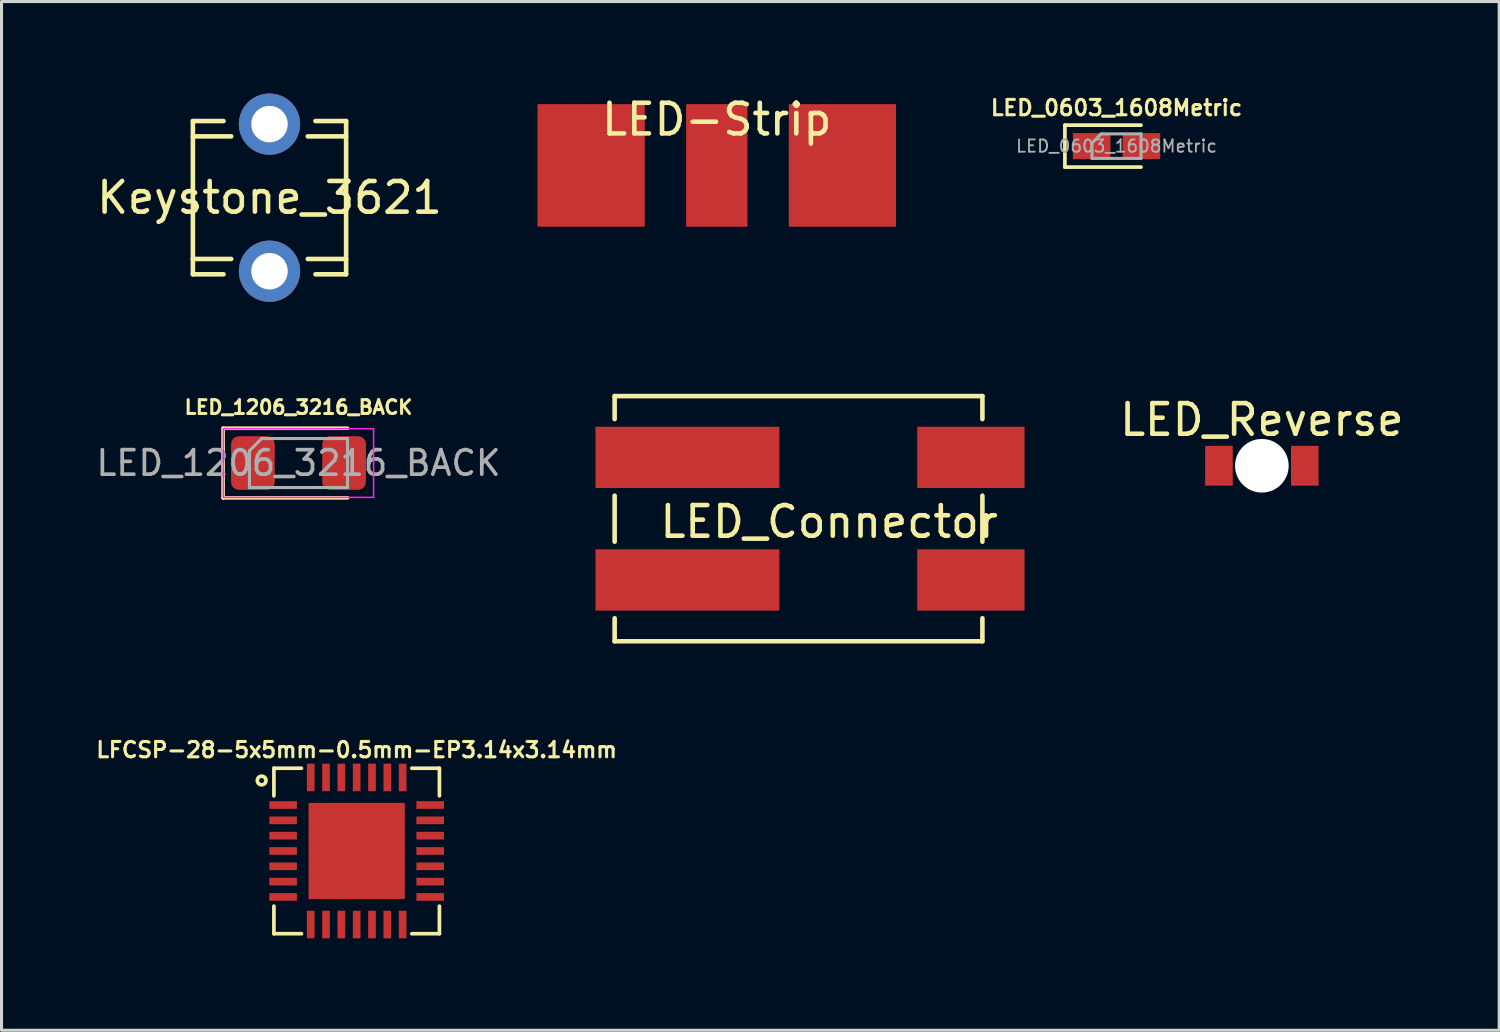
<source format=kicad_pcb>
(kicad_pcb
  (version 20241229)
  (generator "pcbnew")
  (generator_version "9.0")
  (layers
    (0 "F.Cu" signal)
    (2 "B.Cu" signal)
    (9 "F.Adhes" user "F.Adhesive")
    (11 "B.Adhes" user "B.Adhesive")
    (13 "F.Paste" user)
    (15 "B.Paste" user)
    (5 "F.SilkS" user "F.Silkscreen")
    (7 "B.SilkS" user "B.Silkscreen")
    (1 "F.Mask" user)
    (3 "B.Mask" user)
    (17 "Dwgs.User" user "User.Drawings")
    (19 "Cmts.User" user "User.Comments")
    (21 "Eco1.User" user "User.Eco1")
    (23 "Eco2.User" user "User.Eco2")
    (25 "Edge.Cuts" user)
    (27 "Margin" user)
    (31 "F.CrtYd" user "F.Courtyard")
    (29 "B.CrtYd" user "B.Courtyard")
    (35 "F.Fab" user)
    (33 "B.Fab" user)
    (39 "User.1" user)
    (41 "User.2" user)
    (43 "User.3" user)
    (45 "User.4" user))
  (footprint "LED_1206_3216_BACK"
    (layer "F.Cu")
    (at 6.69 12.059)
    (property "Reference" "LED_1206_3216_BACK" (at 0 -1.82 0) (layer "F.SilkS") (effects (font (size 0.45 0.45) (thickness 0.1))))
    (attr smd)
    (fp_poly (pts (xy -0.95 -0.9) (xy 0.95 -0.9) (xy 0.95 0.9) (xy -0.95 0.9)) (stroke (width 0.15) (type solid)) (fill yes) (layer "F.Mask"))
    (fp_line (start -2.46 -1.135) (end -2.46 1.135) (stroke (width 0.12) (type solid)) (layer "F.SilkS"))
    (fp_line (start -2.46 1.135) (end 1.6 1.135) (stroke (width 0.12) (type solid)) (layer "F.SilkS"))
    (fp_line (start 1.6 -1.135) (end -2.46 -1.135) (stroke (width 0.12) (type solid)) (layer "F.SilkS"))
    (fp_line (start -2.45 -1.12) (end 2.45 -1.12) (stroke (width 0.05) (type solid)) (layer "F.CrtYd"))
    (fp_line (start -2.45 1.12) (end -2.45 -1.12) (stroke (width 0.05) (type solid)) (layer "F.CrtYd"))
    (fp_line (start 2.45 -1.12) (end 2.45 1.12) (stroke (width 0.05) (type solid)) (layer "F.CrtYd"))
    (fp_line (start 2.45 1.12) (end -2.45 1.12) (stroke (width 0.05) (type solid)) (layer "F.CrtYd"))
    (fp_line (start -1.6 -0.4) (end -1.6 0.8) (stroke (width 0.1) (type solid)) (layer "F.Fab"))
    (fp_line (start -1.6 0.8) (end 1.6 0.8) (stroke (width 0.1) (type solid)) (layer "F.Fab"))
    (fp_line (start -1.2 -0.8) (end -1.6 -0.4) (stroke (width 0.1) (type solid)) (layer "F.Fab"))
    (fp_line (start 1.6 -0.8) (end -1.2 -0.8) (stroke (width 0.1) (type solid)) (layer "F.Fab"))
    (fp_line (start 1.6 0.8) (end 1.6 -0.8) (stroke (width 0.1) (type solid)) (layer "F.Fab"))
    (fp_text user "${REFERENCE}" (at 0 0 0) (layer "F.Fab") (effects (font (size 0.8 0.8) (thickness 0.12))))
    (pad "1" smd roundrect (at -1.488 0) (size 1.425 1.75) (layers "F.Cu" "F.Mask" "F.Paste") (roundrect_rratio 0.175))
    (pad "2" smd roundrect (at 1.488 0) (size 1.425 1.75) (layers "F.Cu" "F.Mask" "F.Paste") (roundrect_rratio 0.175)))
  (footprint "LED_Connector"
    (layer "F.Cu")
    (at 24.006 13.875)
    (property "Reference" "LED_Connector" (at 0 0.1 0) (layer "F.SilkS") (effects (font (size 1 1) (thickness 0.15))))
    (attr through_hole)
    (fp_line (start -7 -4) (end 5 -4) (stroke (width 0.15) (type solid)) (layer "F.SilkS"))
    (fp_line (start -7 -3.25) (end -7 -4) (stroke (width 0.15) (type solid)) (layer "F.SilkS"))
    (fp_line (start -7 0.75) (end -7 -0.75) (stroke (width 0.15) (type solid)) (layer "F.SilkS"))
    (fp_line (start -7 4) (end -7 3.25) (stroke (width 0.15) (type solid)) (layer "F.SilkS"))
    (fp_line (start 5 -3.25) (end 5 -4) (stroke (width 0.15) (type solid)) (layer "F.SilkS"))
    (fp_line (start 5 0.75) (end 5 -0.75) (stroke (width 0.15) (type solid)) (layer "F.SilkS"))
    (fp_line (start 5 4) (end -7 4) (stroke (width 0.15) (type solid)) (layer "F.SilkS"))
    (fp_line (start 5 4) (end 5 3.25) (stroke (width 0.15) (type solid)) (layer "F.SilkS"))
    (pad "1" smd rect (at -4.625 -2) (size 6 2) (layers "F.Cu" "F.Mask" "F.Paste"))
    (pad "1" smd rect (at 4.625 -2) (size 3.5 2) (layers "F.Cu" "F.Mask" "F.Paste"))
    (pad "2" smd rect (at -4.625 2) (size 6 2) (layers "F.Cu" "F.Mask" "F.Paste"))
    (pad "2" smd rect (at 4.625 2) (size 3.5 2) (layers "F.Cu" "F.Mask" "F.Paste")))
  (footprint "LED_0603_1608Metric"
    (layer "F.Cu")
    (at 33.383 1.718)
    (property "Reference" "LED_0603_1608Metric" (at 0 -1.25 0) (layer "F.SilkS") (effects (font (size 0.5 0.5) (thickness 0.1))))
    (attr smd)
    (fp_line (start -1.685 -0.685) (end -1.685 0.685) (stroke (width 0.12) (type solid)) (layer "F.SilkS"))
    (fp_line (start -1.685 0.685) (end 0.8 0.685) (stroke (width 0.12) (type solid)) (layer "F.SilkS"))
    (fp_line (start 0.8 -0.685) (end -1.685 -0.685) (stroke (width 0.12) (type solid)) (layer "F.SilkS"))
    (fp_line (start -0.8 -0.1) (end -0.8 0.4) (stroke (width 0.1) (type solid)) (layer "F.Fab"))
    (fp_line (start -0.8 0.4) (end 0.8 0.4) (stroke (width 0.1) (type solid)) (layer "F.Fab"))
    (fp_line (start -0.5 -0.4) (end -0.8 -0.1) (stroke (width 0.1) (type solid)) (layer "F.Fab"))
    (fp_line (start 0.8 -0.4) (end -0.5 -0.4) (stroke (width 0.1) (type solid)) (layer "F.Fab"))
    (fp_line (start 0.8 0.4) (end 0.8 -0.4) (stroke (width 0.1) (type solid)) (layer "F.Fab"))
    (fp_text user "${REFERENCE}" (at 0 0 0) (layer "F.Fab") (effects (font (size 0.4 0.4) (thickness 0.06))))
    (pad "1" smd rect (at -0.812 0) (size 1.225 0.85) (layers "F.Cu" "F.Mask" "F.Paste"))
    (pad "2" smd rect (at 0.812 0) (size 1.225 0.85) (layers "F.Cu" "F.Mask" "F.Paste")))
  (footprint "LFCSP-28-5x5mm-0.5mm-EP3.14x3.14mm"
    (layer "F.Cu")
    (at 8.588 24.718)
    (property "Reference" "LFCSP-28-5x5mm-0.5mm-EP3.14x3.14mm" (at 0 -3.3 0) (layer "F.SilkS") (effects (font (size 0.5 0.5) (thickness 0.1))))
    (attr through_hole)
    (fp_line (start -2.7 -2.7) (end -1.8 -2.7) (stroke (width 0.12) (type solid)) (layer "F.SilkS"))
    (fp_line (start -2.7 -1.8) (end -2.7 -2.7) (stroke (width 0.12) (type solid)) (layer "F.SilkS"))
    (fp_line (start -2.7 2.7) (end -2.7 1.8) (stroke (width 0.12) (type solid)) (layer "F.SilkS"))
    (fp_line (start -1.8 2.7) (end -2.7 2.7) (stroke (width 0.12) (type solid)) (layer "F.SilkS"))
    (fp_line (start 1.8 -2.7) (end 2.7 -2.7) (stroke (width 0.12) (type solid)) (layer "F.SilkS"))
    (fp_line (start 2.7 -2.7) (end 2.7 -1.8) (stroke (width 0.12) (type solid)) (layer "F.SilkS"))
    (fp_line (start 2.7 1.8) (end 2.7 2.7) (stroke (width 0.12) (type solid)) (layer "F.SilkS"))
    (fp_line (start 2.7 2.7) (end 1.8 2.7) (stroke (width 0.12) (type solid)) (layer "F.SilkS"))
    (fp_circle (center -3.1 -2.3) (end -3 -2.2) (stroke (width 0.12) (type solid)) (fill no) (layer "F.SilkS"))
    (pad "1" smd rect (at -2.4 -1.5 270) (size 0.25 0.9) (layers "F.Cu" "F.Mask" "F.Paste"))
    (pad "2" smd rect (at -2.4 -1 270) (size 0.25 0.9) (layers "F.Cu" "F.Mask" "F.Paste"))
    (pad "3" smd rect (at -2.4 -0.5 270) (size 0.25 0.9) (layers "F.Cu" "F.Mask" "F.Paste"))
    (pad "4" smd rect (at -2.4 0 270) (size 0.25 0.9) (layers "F.Cu" "F.Mask" "F.Paste"))
    (pad "5" smd rect (at -2.4 0.5 270) (size 0.25 0.9) (layers "F.Cu" "F.Mask" "F.Paste"))
    (pad "6" smd rect (at -2.4 1 270) (size 0.25 0.9) (layers "F.Cu" "F.Mask" "F.Paste"))
    (pad "7" smd rect (at -2.4 1.5 270) (size 0.25 0.9) (layers "F.Cu" "F.Mask" "F.Paste"))
    (pad "8" smd rect (at -1.5 2.4) (size 0.25 0.9) (layers "F.Cu" "F.Mask" "F.Paste"))
    (pad "9" smd rect (at -1 2.4) (size 0.25 0.9) (layers "F.Cu" "F.Mask" "F.Paste"))
    (pad "10" smd rect (at -0.5 2.4) (size 0.25 0.9) (layers "F.Cu" "F.Mask" "F.Paste"))
    (pad "11" smd rect (at 0 2.4) (size 0.25 0.9) (layers "F.Cu" "F.Mask" "F.Paste"))
    (pad "12" smd rect (at 0.5 2.4) (size 0.25 0.9) (layers "F.Cu" "F.Mask" "F.Paste"))
    (pad "13" smd rect (at 1 2.4) (size 0.25 0.9) (layers "F.Cu" "F.Mask" "F.Paste"))
    (pad "14" smd rect (at 1.5 2.4) (size 0.25 0.9) (layers "F.Cu" "F.Mask" "F.Paste"))
    (pad "15" smd rect (at 2.4 1.5 270) (size 0.25 0.9) (layers "F.Cu" "F.Mask" "F.Paste"))
    (pad "16" smd rect (at 2.4 1 270) (size 0.25 0.9) (layers "F.Cu" "F.Mask" "F.Paste"))
    (pad "17" smd rect (at 2.4 0.5 270) (size 0.25 0.9) (layers "F.Cu" "F.Mask" "F.Paste"))
    (pad "18" smd rect (at 2.4 0 270) (size 0.25 0.9) (layers "F.Cu" "F.Mask" "F.Paste"))
    (pad "19" smd rect (at 2.4 -0.5 270) (size 0.25 0.9) (layers "F.Cu" "F.Mask" "F.Paste"))
    (pad "20" smd rect (at 2.4 -1 270) (size 0.25 0.9) (layers "F.Cu" "F.Mask" "F.Paste"))
    (pad "21" smd rect (at 2.4 -1.5 270) (size 0.25 0.9) (layers "F.Cu" "F.Mask" "F.Paste"))
    (pad "22" smd rect (at 1.5 -2.4) (size 0.25 0.9) (layers "F.Cu" "F.Mask" "F.Paste"))
    (pad "23" smd rect (at 1 -2.4) (size 0.25 0.9) (layers "F.Cu" "F.Mask" "F.Paste"))
    (pad "24" smd rect (at 0.5 -2.4) (size 0.25 0.9) (layers "F.Cu" "F.Mask" "F.Paste"))
    (pad "25" smd rect (at 0 -2.4) (size 0.25 0.9) (layers "F.Cu" "F.Mask" "F.Paste"))
    (pad "26" smd rect (at -0.5 -2.4) (size 0.25 0.9) (layers "F.Cu" "F.Mask" "F.Paste"))
    (pad "27" smd rect (at -1 -2.4) (size 0.25 0.9) (layers "F.Cu" "F.Mask" "F.Paste"))
    (pad "28" smd rect (at -1.5 -2.4) (size 0.25 0.9) (layers "F.Cu" "F.Mask" "F.Paste"))
    (pad "EP" smd rect (at 0 0) (size 3.14 3.14) (layers "F.Cu" "F.Mask" "F.Paste")))
  (footprint "LED_Reverse"
    (layer "F.Cu")
    (at 38.125 12.148)
    (property "Reference" "LED_Reverse" (at 0 -1.5 0) (layer "F.SilkS") (effects (font (size 1 1) (thickness 0.15))))
    (attr through_hole)
    (pad "" np_thru_hole circle (at 0 0) (size 1.75 1.75) (drill 1.75) (layers "*.Cu" "*.Mask"))
    (pad "1" smd rect (at 1.4 0) (size 0.9 1.3) (layers "F.Cu" "F.Mask" "F.Paste"))
    (pad "2" smd rect (at -1.4 0) (size 0.9 1.3) (layers "F.Cu" "F.Mask" "F.Paste")))
  (footprint "Keystone_3621"
    (layer "F.Cu")
    (at 5.744 3.4)
    (property "Reference" "Keystone_3621" (at 0 0 0) (layer "F.SilkS") (effects (font (size 1 1) (thickness 0.15))))
    (attr through_hole)
    (fp_line (start -2.5 -2.5) (end -2.5 2.5) (stroke (width 0.15) (type solid)) (layer "F.SilkS"))
    (fp_line (start -2.5 -2) (end -1.25 -2) (stroke (width 0.15) (type solid)) (layer "F.SilkS"))
    (fp_line (start -2.5 2.5) (end -1.5 2.5) (stroke (width 0.15) (type solid)) (layer "F.SilkS"))
    (fp_line (start -1.5 -2.5) (end -2.5 -2.5) (stroke (width 0.15) (type solid)) (layer "F.SilkS"))
    (fp_line (start -1.25 2) (end -2.5 2) (stroke (width 0.15) (type solid)) (layer "F.SilkS"))
    (fp_line (start 1.25 -2) (end 2.5 -2) (stroke (width 0.15) (type solid)) (layer "F.SilkS"))
    (fp_line (start 1.25 2) (end 2.5 2) (stroke (width 0.15) (type solid)) (layer "F.SilkS"))
    (fp_line (start 1.5 -2.5) (end 2.5 -2.5) (stroke (width 0.15) (type solid)) (layer "F.SilkS"))
    (fp_line (start 2.5 2.5) (end 1.5 2.5) (stroke (width 0.15) (type solid)) (layer "F.SilkS"))
    (fp_line (start 2.5 2.5) (end 2.5 -2.5) (stroke (width 0.15) (type solid)) (layer "F.SilkS"))
    (pad "1" thru_hole circle (at 0 -2.4) (size 2 2) (drill 1.19) (layers "*.Cu" "*.Mask"))
    (pad "1" thru_hole circle (at 0 2.4) (size 2 2) (drill 1.19) (layers "*.Cu" "*.Mask")))
  (footprint "LED-Strip"
    (layer "F.Cu")
    (at 20.338 4.348)
    (property "Reference" "LED-Strip" (at 0 -3.5 0) (layer "F.SilkS") (effects (font (size 1 1) (thickness 0.15))))
    (attr through_hole)
    (pad "1" smd rect (at -4.1 -2) (size 3.5 4) (layers "F.Cu" "F.Mask" "F.Paste"))
    (pad "2" smd rect (at 0 -2) (size 2 4) (layers "F.Cu" "F.Mask" "F.Paste"))
    (pad "3" smd rect (at 4.1 -2) (size 3.5 4) (layers "F.Cu" "F.Mask" "F.Paste")))
  (gr_rect
    (start -3 -3)
    (end 45.869 30.568)
    (stroke (width 0.1) (type default))
    (fill no)
    (layer "Edge.Cuts")))
</source>
